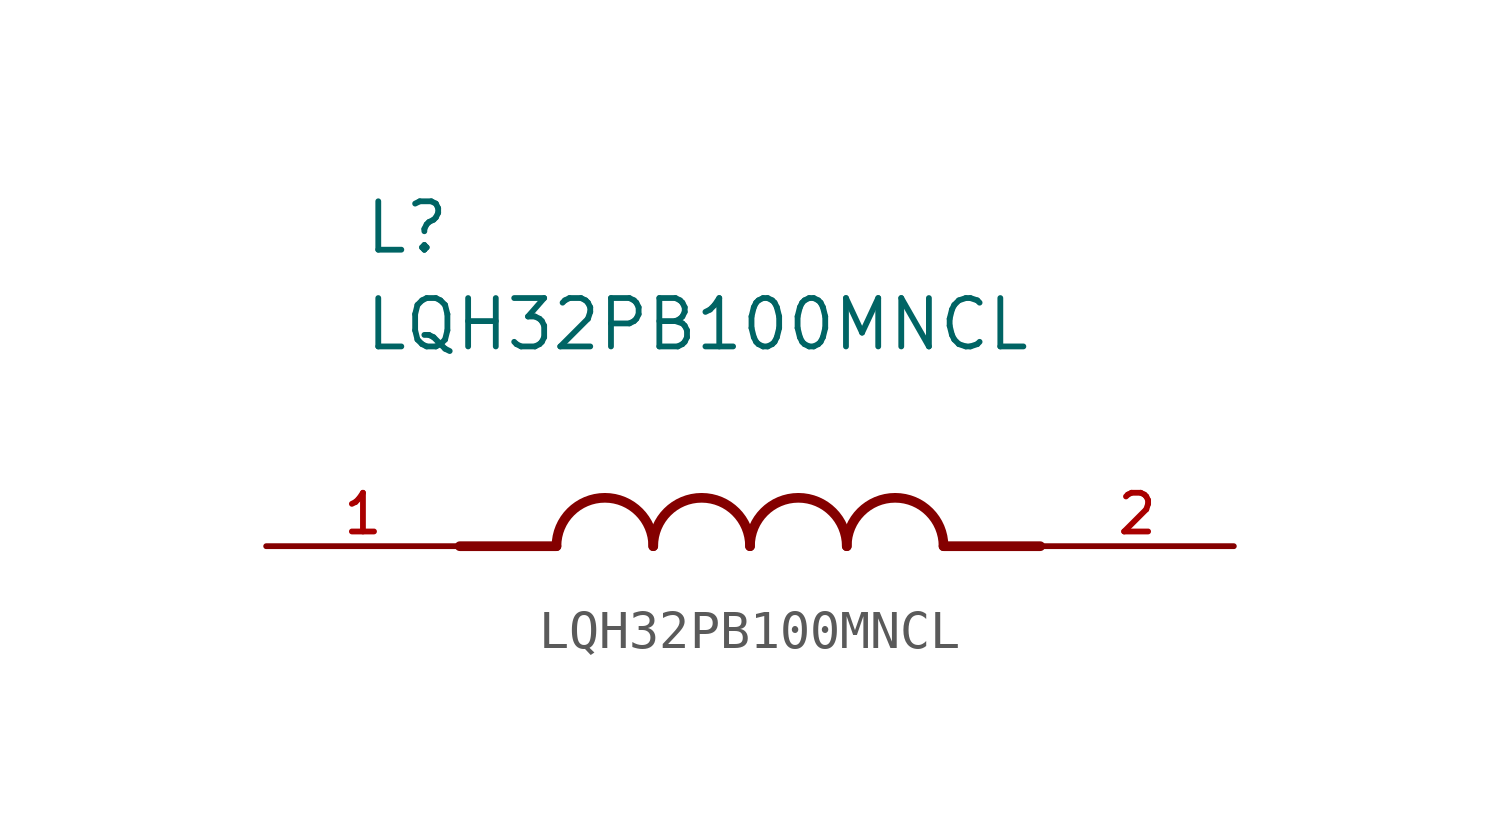
<source format=kicad_sym>
(kicad_symbol_lib
  (version 20211014)
  (generator kicad_symbol_editor)
  (symbol "LQH32PB100MNCL"
    (pin_names
      (offset 1.016))
    (property "Reference" "L"
      (at -10.16 7.62 0)
      (effects (font (size 1.27 1.27)) (justify bottom left)))
    (property "Value" "LQH32PB100MNCL"
      (at -10.16 5.08 0)
      (effects (font (size 1.27 1.27)) (justify bottom left)))
    (symbol "LQH32PB100MNCL_0_0"
      (polyline (pts (xy -5.08 0.0) (xy -7.62 0.0)) (stroke (width 0.254)))
      (polyline (pts (xy 5.08 0.0) (xy 7.62 0.0)) (stroke (width 0.254)))
      (arc (start -2.54 0.0) (mid -3.81 1.27) (end -5.08 0.0) (stroke (width 0.254) (type default) (color 0 0 0 0)) (fill (type none)))
      (arc (start 0.0 0.0) (mid -1.27 1.27) (end -2.54 0.0) (stroke (width 0.254) (type default) (color 0 0 0 0)) (fill (type none)))
      (arc (start 2.54 0.0) (mid 1.27 1.27) (end 0.0 0.0) (stroke (width 0.254) (type default) (color 0 0 0 0)) (fill (type none)))
      (arc (start 5.08 0.0) (mid 3.81 1.27) (end 2.54 0.0) (stroke (width 0.254) (type default) (color 0 0 0 0)) (fill (type none)))
      (pin passive line (at -12.7 0.0 0) (length 5.08) (name "~" (effects (font (size 1.016 1.016)))) (number "1" (effects (font (size 1.016 1.016)))))
      (pin passive line (at 12.7 0.0 180.0) (length 5.08) (name "~" (effects (font (size 1.016 1.016)))) (number "2" (effects (font (size 1.016 1.016))))))))
</source>
